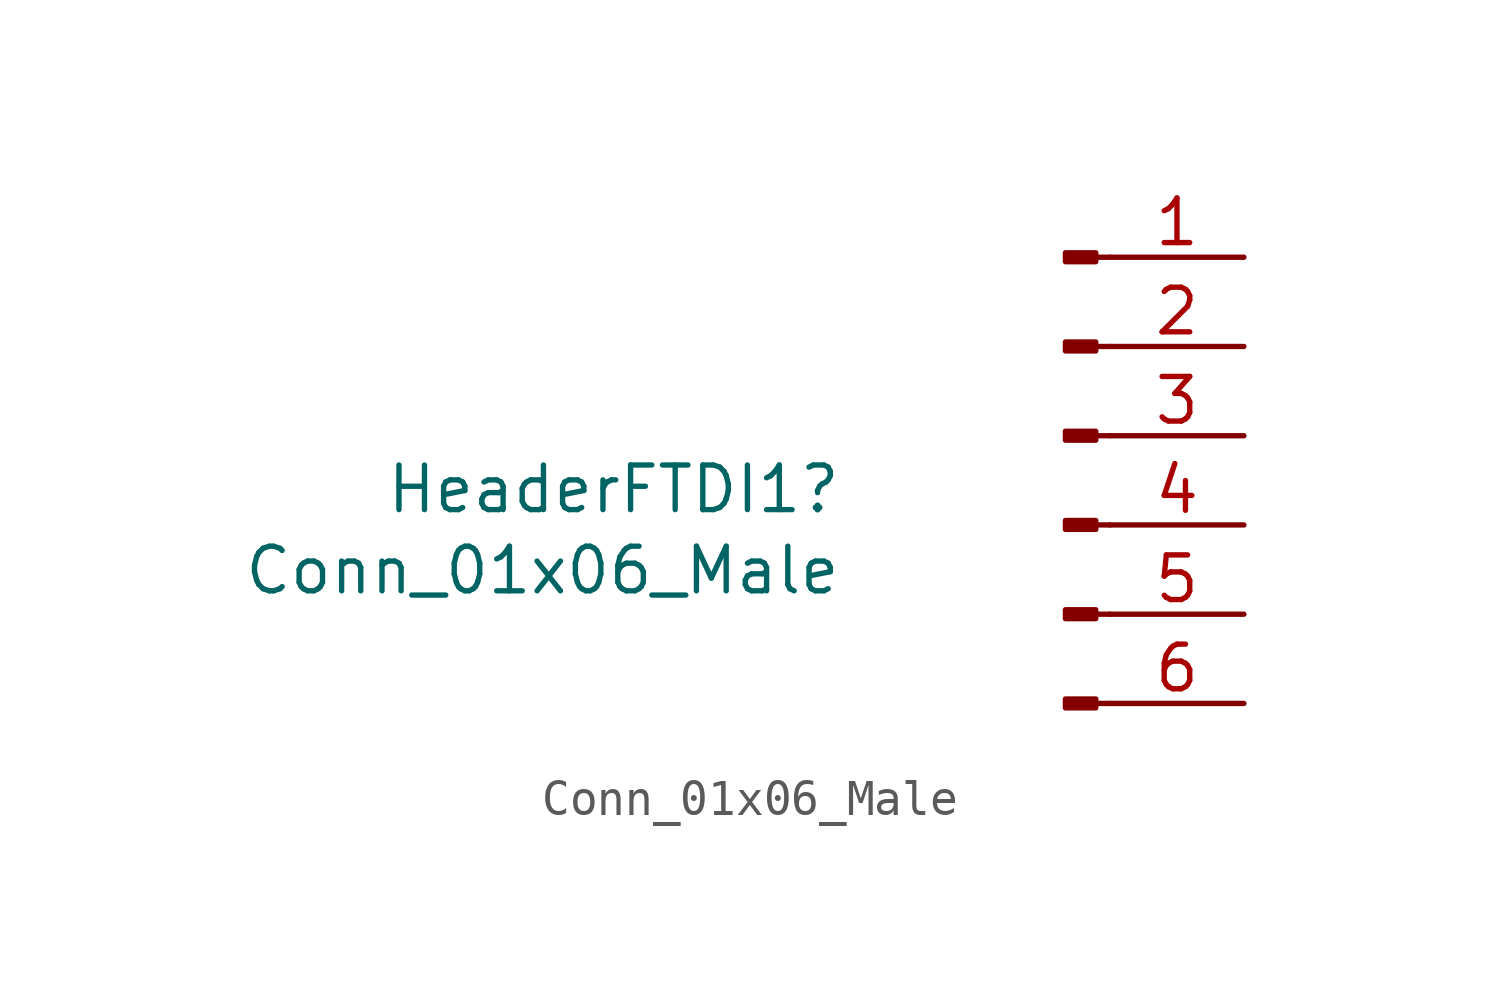
<source format=kicad_sym>
(kicad_symbol_lib
  (version 20241209)
  (generator "kicad_symbol_editor")
  (generator_version "9.0")
  (symbol "Conn_01x06_Male"
    (pin_names
      (offset 1.016)
      (hide yes))
    (property "Reference" "HeaderFTDI1"
      (at -6.35 -1.524 0)
      (effects (font (size 1.27 1.27)) (justify right)))
    (property "Value" "Conn_01x06_Male"
      (at -6.35 -3.835 0)
      (effects (font (size 1.27 1.27)) (justify right)))
    (property "Description" ""
      (at 0 0 0)
      (effects (font (size 1.27 1.27))))
    (symbol "Conn_01x06_Male_1_1"
      (rectangle (start 0.864 5.207) (end 0 4.953) (stroke (width 0.152) (type default)) (fill (type outline)))
      (rectangle (start 0.864 2.667) (end 0 2.413) (stroke (width 0.152) (type default)) (fill (type outline)))
      (rectangle (start 0.864 0.127) (end 0 -0.127) (stroke (width 0.152) (type default)) (fill (type outline)))
      (rectangle (start 0.864 -2.413) (end 0 -2.667) (stroke (width 0.152) (type default)) (fill (type outline)))
      (rectangle (start 0.864 -4.953) (end 0 -5.207) (stroke (width 0.152) (type default)) (fill (type outline)))
      (rectangle (start 0.864 -7.493) (end 0 -7.747) (stroke (width 0.152) (type default)) (fill (type outline)))
      (polyline (pts (xy 1.27 5.08) (xy 0.864 5.08)) (stroke (width 0.152) (type default)) (fill (type none)))
      (polyline (pts (xy 1.27 2.54) (xy 0.864 2.54)) (stroke (width 0.152) (type default)) (fill (type none)))
      (polyline (pts (xy 1.27 0) (xy 0.864 0)) (stroke (width 0.152) (type default)) (fill (type none)))
      (polyline (pts (xy 1.27 -2.54) (xy 0.864 -2.54)) (stroke (width 0.152) (type default)) (fill (type none)))
      (polyline (pts (xy 1.27 -5.08) (xy 0.864 -5.08)) (stroke (width 0.152) (type default)) (fill (type none)))
      (polyline (pts (xy 1.27 -7.62) (xy 0.864 -7.62)) (stroke (width 0.152) (type default)) (fill (type none)))
      (pin passive line (at 5.08 5.08 180) (length 3.81) (name "Pin_1" (effects (font (size 1.27 1.27)))) (number "1" (effects (font (size 1.27 1.27)))))
      (pin passive line (at 5.08 2.54 180) (length 3.81) (name "Pin_2" (effects (font (size 1.27 1.27)))) (number "2" (effects (font (size 1.27 1.27)))))
      (pin passive line (at 5.08 0 180) (length 3.81) (name "Pin_3" (effects (font (size 1.27 1.27)))) (number "3" (effects (font (size 1.27 1.27)))))
      (pin passive line (at 5.08 -2.54 180) (length 3.81) (name "Pin_4" (effects (font (size 1.27 1.27)))) (number "4" (effects (font (size 1.27 1.27)))))
      (pin passive line (at 5.08 -5.08 180) (length 3.81) (name "Pin_5" (effects (font (size 1.27 1.27)))) (number "5" (effects (font (size 1.27 1.27)))))
      (pin passive line (at 5.08 -7.62 180) (length 3.81) (name "Pin_6" (effects (font (size 1.27 1.27)))) (number "6" (effects (font (size 1.27 1.27))))))))
</source>
